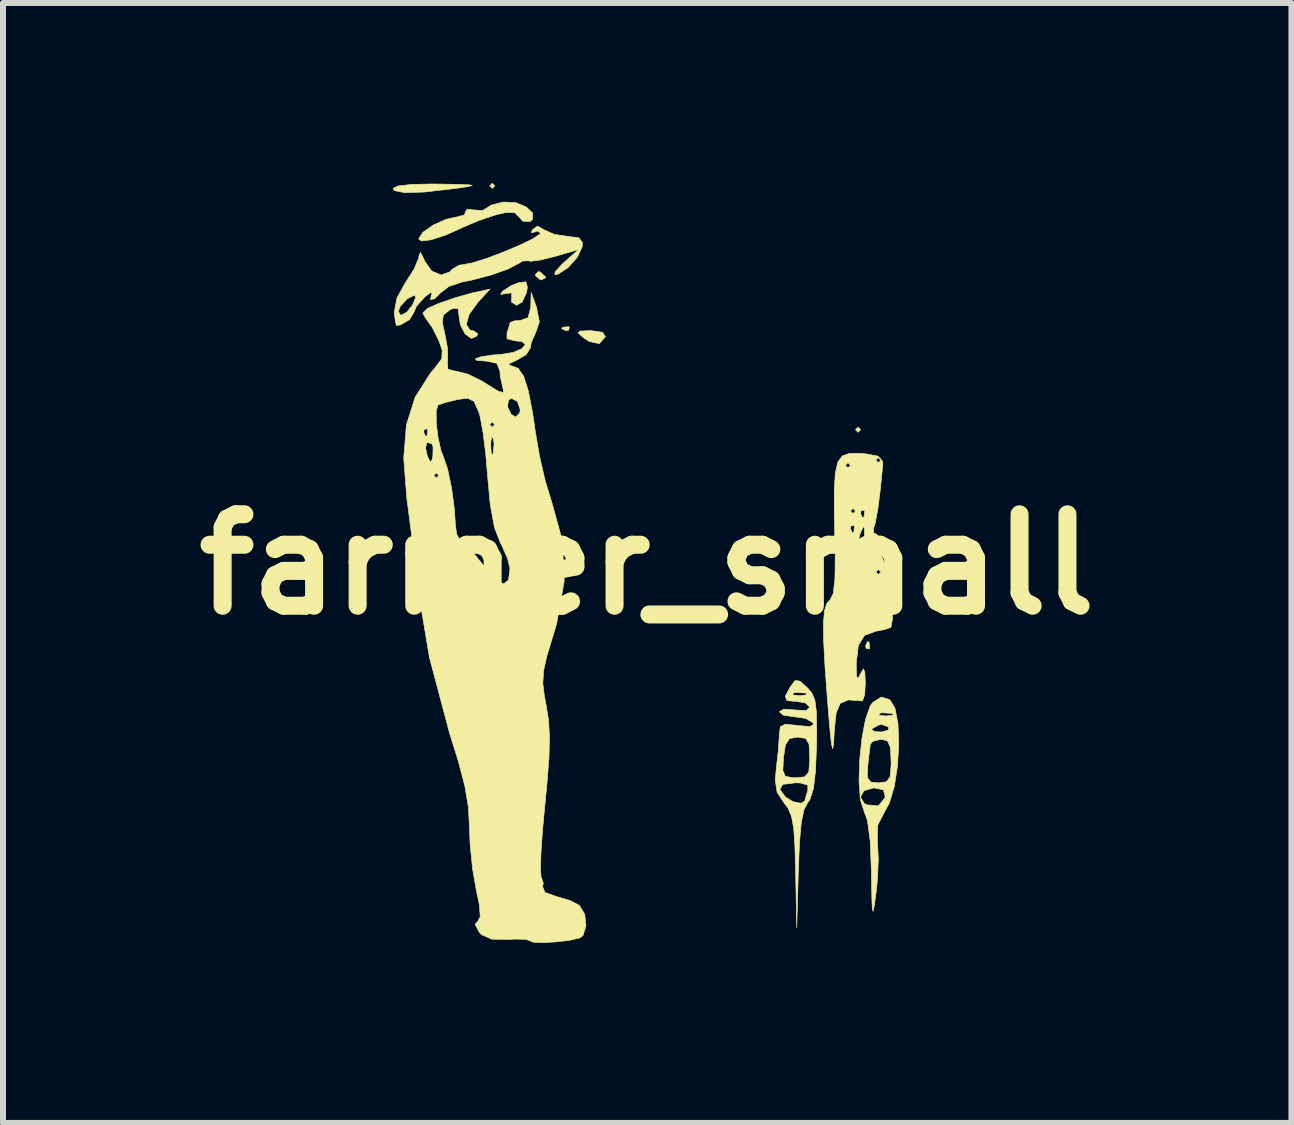
<source format=kicad_pcb>
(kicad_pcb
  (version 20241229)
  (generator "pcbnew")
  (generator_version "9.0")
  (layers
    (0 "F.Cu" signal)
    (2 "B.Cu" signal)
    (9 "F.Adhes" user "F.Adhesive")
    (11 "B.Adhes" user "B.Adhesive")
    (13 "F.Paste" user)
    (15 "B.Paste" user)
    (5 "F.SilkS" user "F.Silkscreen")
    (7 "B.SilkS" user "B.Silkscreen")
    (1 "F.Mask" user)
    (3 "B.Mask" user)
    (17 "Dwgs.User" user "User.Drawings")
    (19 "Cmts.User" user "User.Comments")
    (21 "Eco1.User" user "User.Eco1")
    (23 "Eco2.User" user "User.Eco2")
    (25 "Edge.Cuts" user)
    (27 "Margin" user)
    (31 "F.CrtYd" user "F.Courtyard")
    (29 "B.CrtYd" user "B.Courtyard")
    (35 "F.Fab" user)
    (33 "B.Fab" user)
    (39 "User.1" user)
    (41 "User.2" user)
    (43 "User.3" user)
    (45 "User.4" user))
  (footprint "farmer_small"
    (layer "F.Cu")
    (at 7.736 6.355)
    (property "Reference" "farmer_small" (at 0 0 0) (layer "F.SilkS") (effects (font (size 1.524 1.524) (thickness 0.3))))
    (attr through_hole)
    (fp_poly (pts (xy -2.54 -6.308) (xy -2.582 -6.265) (xy -2.625 -6.308) (xy -2.582 -6.35) (xy -2.54 -6.308)) (stroke (width 0.01) (type solid)) (fill yes) (layer "F.SilkS"))
    (fp_poly (pts (xy 3.556 -2.244) (xy 3.514 -2.201) (xy 3.471 -2.244) (xy 3.514 -2.286) (xy 3.556 -2.244)) (stroke (width 0.01) (type solid)) (fill yes) (layer "F.SilkS"))
    (fp_poly (pts (xy -1.298 -3.951) (xy -1.31 -3.901) (xy -1.355 -3.895) (xy -1.424 -3.926) (xy -1.411 -3.951) (xy -1.311 -3.961) (xy -1.298 -3.951)) (stroke (width 0.01) (type solid)) (fill yes) (layer "F.SilkS"))
    (fp_poly (pts (xy 3.697 1.298) (xy 3.707 1.399) (xy 3.697 1.411) (xy 3.647 1.399) (xy 3.641 1.355) (xy 3.672 1.285) (xy 3.697 1.298)) (stroke (width 0.01) (type solid)) (fill yes) (layer "F.SilkS"))
    (fp_poly (pts (xy -1.778 -4.868) (xy -1.697 -4.792) (xy -1.693 -4.779) (xy -1.759 -4.742) (xy -1.778 -4.741) (xy -1.859 -4.806) (xy -1.863 -4.831) (xy -1.811 -4.882) (xy -1.778 -4.868)) (stroke (width 0.01) (type solid)) (fill yes) (layer "F.SilkS"))
    (fp_poly (pts (xy -0.745 -3.868) (xy -0.697 -3.795) (xy -0.697 -3.794) (xy -0.798 -3.678) (xy -0.968 -3.714) (xy -1.053 -3.771) (xy -1.151 -3.855) (xy -1.121 -3.888) (xy -0.943 -3.895) (xy -0.94 -3.895) (xy -0.745 -3.868)) (stroke (width 0.01) (type solid)) (fill yes) (layer "F.SilkS"))
    (fp_poly (pts (xy -3.493 -6.338) (xy -3.147 -6.332) (xy -2.959 -6.324) (xy -2.916 -6.312) (xy -3.008 -6.292) (xy -3.217 -6.262) (xy -3.711 -6.205) (xy -4.041 -6.194) (xy -4.21 -6.228) (xy -4.233 -6.265) (xy -4.153 -6.306) (xy -3.93 -6.331) (xy -3.589 -6.339) (xy -3.493 -6.338)) (stroke (width 0.01) (type solid)) (fill yes) (layer "F.SilkS"))
    (fp_poly (pts (xy -1.997 -4.621) (xy -2.011 -4.532) (xy -2.084 -4.372) (xy -2.178 -4.318) (xy -2.265 -4.374) (xy -2.257 -4.441) (xy -2.26 -4.526) (xy -2.354 -4.513) (xy -2.444 -4.499) (xy -2.413 -4.55) (xy -2.266 -4.646) (xy -2.149 -4.692) (xy -2.022 -4.709) (xy -1.997 -4.621)) (stroke (width 0.01) (type solid)) (fill yes) (layer "F.SilkS"))
    (fp_poly (pts (xy -2.195 -6.029) (xy -2.019 -5.958) (xy -1.911 -5.856) (xy -1.91 -5.75) (xy -1.953 -5.712) (xy -2.073 -5.719) (xy -2.128 -5.781) (xy -2.208 -5.861) (xy -2.349 -5.865) (xy -2.519 -5.826) (xy -2.806 -5.73) (xy -3.071 -5.618) (xy -3.085 -5.61) (xy -3.36 -5.487) (xy -3.599 -5.409) (xy -3.762 -5.389) (xy -3.81 -5.423) (xy -3.739 -5.533) (xy -3.565 -5.655) (xy -3.35 -5.751) (xy -3.184 -5.787) (xy -3.047 -5.823) (xy -3.027 -5.877) (xy -2.999 -5.919) (xy -2.896 -5.907) (xy -2.745 -5.896) (xy -2.692 -5.928) (xy -2.6 -5.987) (xy -2.41 -6.036) (xy -2.397 -6.038) (xy -2.195 -6.029)) (stroke (width 0.01) (type solid)) (fill yes) (layer "F.SilkS"))
    (fp_poly (pts (xy -1.721 -5.576) (xy -1.549 -5.499) (xy -1.327 -5.466) (xy -1.141 -5.443) (xy -1.08 -5.363) (xy -1.084 -5.292) (xy -1.165 -5.118) (xy -1.319 -4.945) (xy -1.484 -4.837) (xy -1.538 -4.826) (xy -1.535 -4.874) (xy -1.428 -4.993) (xy -1.381 -5.036) (xy -1.143 -5.247) (xy -1.541 -5.131) (xy -1.78 -5.072) (xy -1.944 -5.051) (xy -1.983 -5.059) (xy -2.077 -5.055) (xy -2.136 -5.018) (xy -2.317 -4.923) (xy -2.603 -4.822) (xy -2.934 -4.735) (xy -3.09 -4.704) (xy -3.304 -4.632) (xy -3.438 -4.531) (xy -3.544 -4.426) (xy -3.612 -4.411) (xy -3.597 -4.493) (xy -3.589 -4.508) (xy -3.597 -4.537) (xy -3.7 -4.463) (xy -3.711 -4.453) (xy -3.845 -4.302) (xy -3.895 -4.187) (xy -3.962 -4.079) (xy -4.105 -3.994) (xy -4.179 -3.979) (xy -4.198 -4.052) (xy -4.215 -4.204) (xy -4.213 -4.216) (xy -4.149 -4.216) (xy -4.107 -4.149) (xy -4.007 -4.202) (xy -3.914 -4.318) (xy -3.858 -4.446) (xy -3.877 -4.487) (xy -4 -4.426) (xy -4.116 -4.3) (xy -4.149 -4.216) (xy -4.213 -4.216) (xy -4.171 -4.439) (xy -4.028 -4.698) (xy -4.022 -4.706) (xy -3.885 -4.92) (xy -3.808 -5.104) (xy -3.803 -5.138) (xy -3.781 -5.199) (xy -3.725 -5.095) (xy -3.712 -5.059) (xy -3.593 -4.889) (xy -3.433 -4.822) (xy -3.288 -4.875) (xy -3.26 -4.911) (xy -3.139 -4.985) (xy -3.066 -4.995) (xy -2.908 -5.025) (xy -2.667 -5.102) (xy -2.389 -5.207) (xy -2.118 -5.322) (xy -1.902 -5.427) (xy -1.787 -5.505) (xy -1.778 -5.522) (xy -1.832 -5.556) (xy -1.876 -5.538) (xy -1.933 -5.527) (xy -1.911 -5.579) (xy -1.828 -5.637) (xy -1.721 -5.576)) (stroke (width 0.01) (type solid)) (fill yes) (layer "F.SilkS"))
    (fp_poly (pts (xy 4.044 2.256) (xy 4.13 2.399) (xy 4.179 2.66) (xy 4.192 2.994) (xy 4.171 3.355) (xy 4.119 3.697) (xy 4.037 3.974) (xy 3.973 4.091) (xy 3.842 4.344) (xy 3.835 4.629) (xy 3.837 4.645) (xy 3.851 4.904) (xy 3.838 5.239) (xy 3.815 5.461) (xy 3.785 5.68) (xy 3.765 5.782) (xy 3.752 5.753) (xy 3.744 5.583) (xy 3.738 5.26) (xy 3.736 5.12) (xy 3.716 4.612) (xy 3.67 4.268) (xy 3.61 4.104) (xy 3.552 3.92) (xy 3.549 3.878) (xy 3.552 3.878) (xy 3.618 3.985) (xy 3.662 4.008) (xy 3.852 4.024) (xy 3.957 3.898) (xy 3.964 3.866) (xy 3.936 3.757) (xy 3.774 3.725) (xy 3.611 3.773) (xy 3.552 3.878) (xy 3.549 3.878) (xy 3.53 3.625) (xy 3.532 3.555) (xy 3.668 3.555) (xy 3.731 3.629) (xy 3.853 3.641) (xy 3.986 3.624) (xy 4.047 3.542) (xy 4.064 3.349) (xy 4.064 3.278) (xy 4.052 3.047) (xy 4.001 2.94) (xy 3.895 2.915) (xy 3.753 2.952) (xy 3.716 3.003) (xy 3.7 3.143) (xy 3.675 3.36) (xy 3.675 3.365) (xy 3.668 3.555) (xy 3.532 3.555) (xy 3.54 3.269) (xy 3.577 2.905) (xy 3.607 2.746) (xy 3.734 2.746) (xy 3.784 2.786) (xy 3.9 2.794) (xy 4.018 2.763) (xy 4.024 2.713) (xy 3.914 2.667) (xy 3.85 2.68) (xy 3.734 2.746) (xy 3.607 2.746) (xy 3.638 2.584) (xy 3.662 2.515) (xy 3.863 2.515) (xy 3.979 2.527) (xy 4.1 2.513) (xy 4.085 2.484) (xy 3.912 2.473) (xy 3.873 2.484) (xy 3.863 2.515) (xy 3.662 2.515) (xy 3.717 2.359) (xy 3.756 2.304) (xy 3.9 2.211) (xy 4.044 2.256)) (stroke (width 0.01) (type solid)) (fill yes) (layer "F.SilkS"))
    (fp_poly (pts (xy 2.543 1.946) (xy 2.66 2.047) (xy 2.743 2.142) (xy 2.794 2.264) (xy 2.819 2.453) (xy 2.825 2.746) (xy 2.822 3.018) (xy 2.804 3.45) (xy 2.769 3.741) (xy 2.712 3.918) (xy 2.676 3.969) (xy 2.613 4.088) (xy 2.568 4.298) (xy 2.538 4.627) (xy 2.519 5.083) (xy 2.492 6.054) (xy 2.473 5.114) (xy 2.461 4.689) (xy 2.441 4.397) (xy 2.405 4.202) (xy 2.349 4.067) (xy 2.278 3.971) (xy 2.164 3.798) (xy 2.157 3.748) (xy 2.21 3.748) (xy 2.303 3.878) (xy 2.428 3.954) (xy 2.561 3.982) (xy 2.625 3.945) (xy 2.625 3.944) (xy 2.651 3.844) (xy 2.676 3.775) (xy 2.676 3.68) (xy 2.552 3.643) (xy 2.464 3.641) (xy 2.258 3.667) (xy 2.21 3.748) (xy 2.157 3.748) (xy 2.133 3.596) (xy 2.148 3.434) (xy 2.26 3.434) (xy 2.299 3.53) (xy 2.419 3.555) (xy 2.474 3.556) (xy 2.625 3.541) (xy 2.692 3.463) (xy 2.709 3.273) (xy 2.709 3.217) (xy 2.697 2.999) (xy 2.643 2.902) (xy 2.517 2.879) (xy 2.507 2.879) (xy 2.372 2.903) (xy 2.304 3.005) (xy 2.271 3.217) (xy 2.26 3.434) (xy 2.148 3.434) (xy 2.151 3.396) (xy 2.183 3.117) (xy 2.2 2.879) (xy 2.201 2.83) (xy 2.219 2.705) (xy 2.303 2.664) (xy 2.502 2.684) (xy 2.511 2.686) (xy 2.713 2.704) (xy 2.772 2.667) (xy 2.76 2.638) (xy 2.639 2.567) (xy 2.45 2.54) (xy 2.274 2.516) (xy 2.201 2.457) (xy 2.273 2.414) (xy 2.451 2.425) (xy 2.455 2.426) (xy 2.649 2.437) (xy 2.709 2.381) (xy 2.637 2.31) (xy 2.498 2.286) (xy 2.33 2.271) (xy 2.3 2.2) (xy 2.313 2.176) (xy 2.424 2.176) (xy 2.54 2.188) (xy 2.66 2.175) (xy 2.646 2.145) (xy 2.472 2.134) (xy 2.434 2.145) (xy 2.424 2.176) (xy 2.313 2.176) (xy 2.385 2.041) (xy 2.464 1.936) (xy 2.543 1.946)) (stroke (width 0.01) (type solid)) (fill yes) (layer "F.SilkS"))
    (fp_poly (pts (xy 3.641 -1.842) (xy 3.85 -1.803) (xy 3.925 -1.714) (xy 3.926 -1.675) (xy 3.888 -1.276) (xy 3.845 -0.935) (xy 3.801 -0.692) (xy 3.769 -0.595) (xy 3.778 -0.516) (xy 3.814 -0.508) (xy 3.877 -0.448) (xy 3.868 -0.392) (xy 3.872 -0.238) (xy 3.942 -0.046) (xy 4.002 0.135) (xy 4.05 0.393) (xy 4.081 0.668) (xy 4.087 0.904) (xy 4.063 1.042) (xy 4.056 1.051) (xy 3.955 1.087) (xy 3.81 1.114) (xy 3.621 1.184) (xy 3.519 1.349) (xy 3.484 1.64) (xy 3.483 1.693) (xy 3.49 1.872) (xy 3.517 1.896) (xy 3.556 1.82) (xy 3.603 1.741) (xy 3.627 1.801) (xy 3.635 1.968) (xy 3.624 2.17) (xy 3.589 2.272) (xy 3.577 2.276) (xy 3.352 2.259) (xy 3.217 2.316) (xy 3.148 2.479) (xy 3.117 2.776) (xy 3.116 2.815) (xy 3.104 3.006) (xy 3.09 3.072) (xy 3.072 3.003) (xy 3.048 2.79) (xy 3.017 2.421) (xy 3.006 2.286) (xy 2.963 1.708) (xy 2.94 1.277) (xy 2.937 0.971) (xy 2.955 0.769) (xy 2.995 0.648) (xy 3.046 0.594) (xy 3.1 0.489) (xy 3.128 0.247) (xy 3.13 0.127) (xy 3.81 0.127) (xy 3.852 0.169) (xy 3.895 0.127) (xy 3.852 0.085) (xy 3.81 0.127) (xy 3.13 0.127) (xy 3.133 -0.127) (xy 3.302 -0.127) (xy 3.344 -0.085) (xy 3.387 -0.127) (xy 3.344 -0.169) (xy 3.302 -0.127) (xy 3.133 -0.127) (xy 3.133 -0.145) (xy 3.13 -0.264) (xy 3.129 -0.328) (xy 3.506 -0.328) (xy 3.515 -0.162) (xy 3.57 -0.085) (xy 3.575 -0.085) (xy 3.594 -0.16) (xy 3.612 -0.345) (xy 3.615 -0.402) (xy 3.621 -0.594) (xy 3.605 -0.633) (xy 3.556 -0.533) (xy 3.548 -0.514) (xy 3.506 -0.328) (xy 3.129 -0.328) (xy 3.123 -0.593) (xy 3.387 -0.593) (xy 3.418 -0.523) (xy 3.443 -0.536) (xy 3.453 -0.637) (xy 3.443 -0.649) (xy 3.393 -0.637) (xy 3.387 -0.593) (xy 3.123 -0.593) (xy 3.118 -0.824) (xy 3.118 -0.889) (xy 3.387 -0.889) (xy 3.429 -0.847) (xy 3.556 -0.847) (xy 3.587 -0.777) (xy 3.612 -0.79) (xy 3.623 -0.891) (xy 3.612 -0.903) (xy 3.562 -0.891) (xy 3.556 -0.847) (xy 3.429 -0.847) (xy 3.471 -0.889) (xy 3.429 -0.931) (xy 3.387 -0.889) (xy 3.118 -0.889) (xy 3.117 -1.237) (xy 3.135 -1.524) (xy 3.164 -1.651) (xy 3.302 -1.651) (xy 3.344 -1.609) (xy 3.387 -1.651) (xy 3.344 -1.693) (xy 3.302 -1.651) (xy 3.164 -1.651) (xy 3.177 -1.707) (xy 3.199 -1.736) (xy 3.81 -1.736) (xy 3.852 -1.693) (xy 3.895 -1.736) (xy 3.852 -1.778) (xy 3.81 -1.736) (xy 3.199 -1.736) (xy 3.253 -1.808) (xy 3.367 -1.848) (xy 3.529 -1.85) (xy 3.641 -1.842)) (stroke (width 0.01) (type solid)) (fill yes) (layer "F.SilkS"))
    (fp_poly (pts (xy -2.819 -4.371) (xy -2.968 -4.165) (xy -3.015 -3.997) (xy -2.955 -3.904) (xy -2.902 -3.895) (xy -2.827 -3.848) (xy -2.839 -3.806) (xy -2.93 -3.764) (xy -3.035 -3.841) (xy -3.114 -3.994) (xy -3.133 -4.12) (xy -3.152 -4.261) (xy -3.237 -4.266) (xy -3.295 -4.237) (xy -3.397 -4.156) (xy -3.416 -4.032) (xy -3.373 -3.842) (xy -3.327 -3.595) (xy -3.325 -3.395) (xy -3.329 -3.376) (xy -3.322 -3.252) (xy -3.185 -3.217) (xy -3.179 -3.217) (xy -2.992 -3.171) (xy -2.753 -3.054) (xy -2.668 -3.001) (xy -2.475 -2.881) (xy -2.396 -2.866) (xy -2.402 -2.923) (xy -2.449 -3.131) (xy -2.455 -3.224) (xy -2.505 -3.35) (xy -2.677 -3.387) (xy -2.681 -3.387) (xy -2.844 -3.399) (xy -2.864 -3.427) (xy -2.764 -3.461) (xy -2.567 -3.49) (xy -2.45 -3.497) (xy -2.237 -3.531) (xy -2.089 -3.594) (xy -2.03 -3.663) (xy -2.087 -3.713) (xy -2.203 -3.725) (xy -2.337 -3.759) (xy -2.337 -3.859) (xy -2.293 -3.994) (xy -2.286 -4.029) (xy -2.215 -4.057) (xy -2.117 -4.064) (xy -1.986 -4.111) (xy -1.941 -4.277) (xy -1.941 -4.297) (xy -1.934 -4.53) (xy -1.844 -4.283) (xy -1.798 -4.039) (xy -1.851 -3.882) (xy -1.931 -3.7) (xy -1.947 -3.607) (xy -2.019 -3.494) (xy -2.18 -3.4) (xy -2.311 -3.339) (xy -2.28 -3.31) (xy -2.263 -3.309) (xy -2.151 -3.267) (xy -2.06 -3.137) (xy -1.983 -2.896) (xy -1.91 -2.524) (xy -1.862 -2.194) (xy -1.794 -1.798) (xy -1.703 -1.404) (xy -1.609 -1.091) (xy -1.599 -1.064) (xy -1.414 -0.393) (xy -1.384 0.282) (xy -1.51 0.989) (xy -1.562 1.163) (xy -1.67 1.518) (xy -1.727 1.77) (xy -1.74 1.979) (xy -1.713 2.202) (xy -1.684 2.349) (xy -1.644 2.6) (xy -1.629 2.876) (xy -1.637 3.216) (xy -1.671 3.659) (xy -1.705 4.007) (xy -1.745 4.433) (xy -1.77 4.795) (xy -1.779 5.062) (xy -1.77 5.203) (xy -1.764 5.216) (xy -1.732 5.316) (xy -1.744 5.368) (xy -1.705 5.467) (xy -1.516 5.535) (xy -1.289 5.601) (xy -1.13 5.684) (xy -1.041 5.833) (xy -1.021 6.025) (xy -1.069 6.183) (xy -1.122 6.225) (xy -1.288 6.264) (xy -1.512 6.291) (xy -1.737 6.304) (xy -1.9 6.297) (xy -1.947 6.277) (xy -2.022 6.249) (xy -2.212 6.245) (xy -2.312 6.251) (xy -2.59 6.247) (xy -2.759 6.172) (xy -2.799 6.132) (xy -2.868 5.999) (xy -2.827 5.952) (xy -2.783 5.875) (xy -2.796 5.68) (xy -2.847 5.437) (xy -2.91 5.077) (xy -2.952 4.658) (xy -2.962 4.383) (xy -2.98 4.049) (xy -3.04 3.692) (xy -3.152 3.266) (xy -3.293 2.817) (xy -3.628 1.558) (xy -3.762 0.762) (xy -3.829 0.254) (xy -3.9 -0.289) (xy -3.966 -0.795) (xy -4.007 -1.108) (xy -4.036 -1.482) (xy -3.556 -1.482) (xy -3.514 -1.439) (xy -3.471 -1.482) (xy -3.514 -1.524) (xy -3.556 -1.482) (xy -4.036 -1.482) (xy -4.058 -1.775) (xy -4.044 -1.939) (xy -3.695 -1.939) (xy -3.666 -1.811) (xy -3.614 -1.7) (xy -3.585 -1.745) (xy -3.572 -1.806) (xy -3.569 -1.96) (xy -3.591 -2.01) (xy -3.669 -2.033) (xy -3.695 -1.939) (xy -4.044 -1.939) (xy -4.023 -2.201) (xy -3.725 -2.201) (xy -3.694 -2.132) (xy -3.669 -2.145) (xy -3.659 -2.245) (xy -3.669 -2.258) (xy -3.719 -2.246) (xy -3.725 -2.201) (xy -4.023 -2.201) (xy -4.013 -2.325) (xy -3.94 -2.555) (xy -3.517 -2.555) (xy -3.515 -2.352) (xy -3.486 -2.11) (xy -3.436 -1.892) (xy -3.399 -1.799) (xy -3.326 -1.586) (xy -3.26 -1.269) (xy -3.213 -0.915) (xy -3.199 -0.69) (xy -3.177 -0.506) (xy -3.132 -0.424) (xy -3.129 -0.423) (xy -3.049 -0.361) (xy -2.902 -0.199) (xy -2.744 -0.001) (xy -2.536 0.24) (xy -2.394 0.327) (xy -2.312 0.262) (xy -2.287 0.068) (xy -2.327 -0.097) (xy -2.425 -0.318) (xy -2.446 -0.355) (xy -2.546 -0.615) (xy -2.617 -1.002) (xy -2.658 -1.451) (xy -2.691 -1.839) (xy -2.71 -1.99) (xy -2.608 -1.99) (xy -2.599 -1.845) (xy -2.573 -1.832) (xy -2.569 -1.84) (xy -2.552 -2.008) (xy -2.566 -2.094) (xy -2.593 -2.128) (xy -2.608 -2.016) (xy -2.608 -1.99) (xy -2.71 -1.99) (xy -2.735 -2.192) (xy -2.76 -2.328) (xy -2.625 -2.328) (xy -2.582 -2.286) (xy -2.54 -2.328) (xy -2.582 -2.371) (xy -2.625 -2.328) (xy -2.76 -2.328) (xy -2.783 -2.456) (xy -2.805 -2.535) (xy -2.847 -2.628) (xy -2.328 -2.628) (xy -2.268 -2.5) (xy -2.192 -2.455) (xy -2.124 -2.524) (xy -2.117 -2.577) (xy -2.163 -2.714) (xy -2.259 -2.766) (xy -2.311 -2.741) (xy -2.328 -2.628) (xy -2.847 -2.628) (xy -2.886 -2.715) (xy -2.994 -2.77) (xy -3.164 -2.746) (xy -3.366 -2.697) (xy -3.485 -2.656) (xy -3.487 -2.656) (xy -3.517 -2.555) (xy -3.94 -2.555) (xy -3.867 -2.786) (xy -3.613 -3.186) (xy -3.534 -3.278) (xy -3.424 -3.427) (xy -3.417 -3.571) (xy -3.473 -3.729) (xy -3.582 -3.947) (xy -3.693 -4.104) (xy -3.694 -4.105) (xy -3.74 -4.188) (xy -3.669 -4.261) (xy -3.49 -4.342) (xy -3.202 -4.443) (xy -2.92 -4.522) (xy -2.897 -4.527) (xy -2.619 -4.587) (xy -2.819 -4.371)) (stroke (width 0.01) (type solid)) (fill yes) (layer "F.SilkS")))
  (gr_rect
    (start -3 -3)
    (end 18.472 15.664)
    (stroke (width 0.1) (type default))
    (fill no)
    (layer "Edge.Cuts")))
</source>
